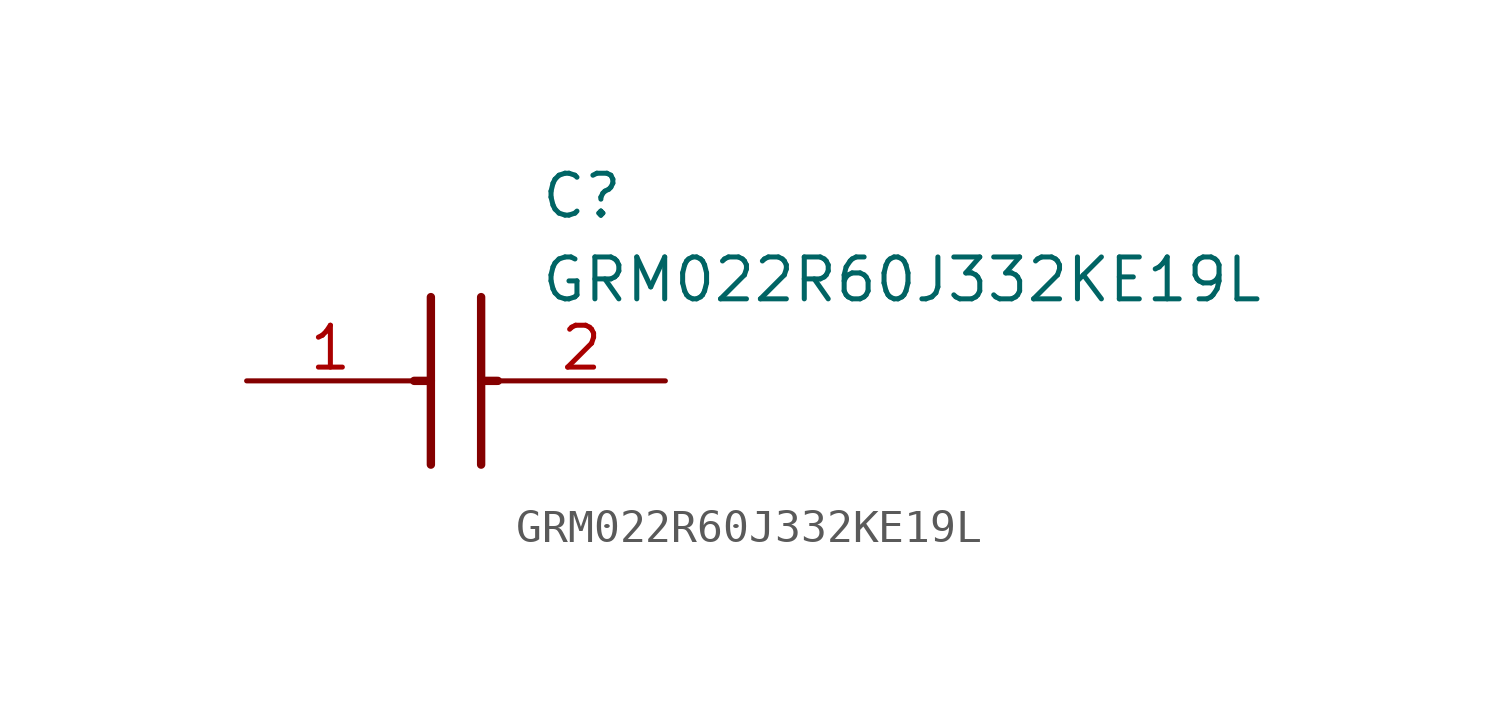
<source format=kicad_sym>
(kicad_symbol_lib
  (version 20211014)
  (generator SamacSys_ECAD_Model)
  (symbol "GRM022R60J332KE19L"
    (pin_names hide)
    (property "Reference" "C"
      (at 8.89 6.35 0)
      (effects (font (size 1.27 1.27)) (justify left top)))
    (property "Value" "GRM022R60J332KE19L"
      (at 8.89 3.81 0)
      (effects (font (size 1.27 1.27)) (justify left top)))
    (polyline
      (pts (xy 5.588 2.54) (xy 5.588 -2.54))
      (stroke (width 0.254) (type default))
      (fill (type none)))
    (polyline
      (pts (xy 7.112 2.54) (xy 7.112 -2.54))
      (stroke (width 0.254) (type default))
      (fill (type none)))
    (polyline
      (pts (xy 5.08 0) (xy 5.588 0))
      (stroke (width 0.254) (type default))
      (fill (type none)))
    (polyline
      (pts (xy 7.112 0) (xy 7.62 0))
      (stroke (width 0.254) (type default))
      (fill (type none)))
    (pin passive line
      (at 0 0 0)
      (length 5.08)
      (name "1" (effects (font (size 1.27 1.27))))
      (number "1" (effects (font (size 1.27 1.27)))))
    (pin passive line
      (at 12.7 0 180)
      (length 5.08)
      (name "2" (effects (font (size 1.27 1.27))))
      (number "2" (effects (font (size 1.27 1.27)))))))
</source>
